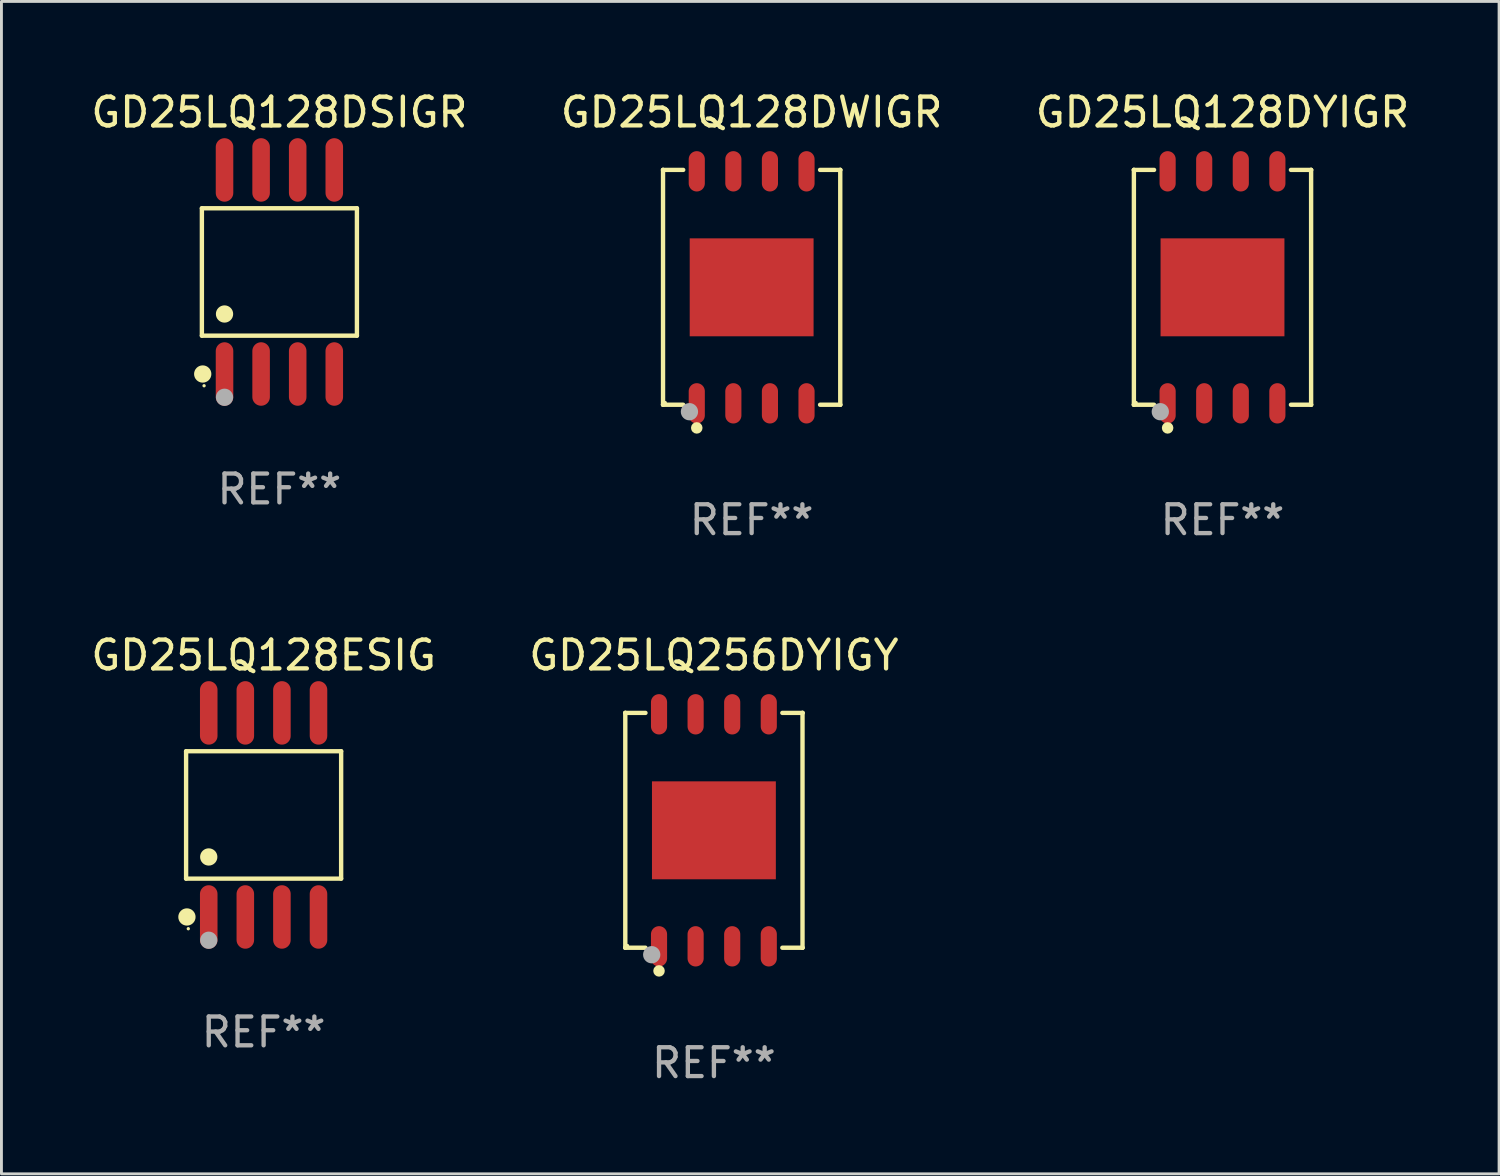
<source format=kicad_pcb>
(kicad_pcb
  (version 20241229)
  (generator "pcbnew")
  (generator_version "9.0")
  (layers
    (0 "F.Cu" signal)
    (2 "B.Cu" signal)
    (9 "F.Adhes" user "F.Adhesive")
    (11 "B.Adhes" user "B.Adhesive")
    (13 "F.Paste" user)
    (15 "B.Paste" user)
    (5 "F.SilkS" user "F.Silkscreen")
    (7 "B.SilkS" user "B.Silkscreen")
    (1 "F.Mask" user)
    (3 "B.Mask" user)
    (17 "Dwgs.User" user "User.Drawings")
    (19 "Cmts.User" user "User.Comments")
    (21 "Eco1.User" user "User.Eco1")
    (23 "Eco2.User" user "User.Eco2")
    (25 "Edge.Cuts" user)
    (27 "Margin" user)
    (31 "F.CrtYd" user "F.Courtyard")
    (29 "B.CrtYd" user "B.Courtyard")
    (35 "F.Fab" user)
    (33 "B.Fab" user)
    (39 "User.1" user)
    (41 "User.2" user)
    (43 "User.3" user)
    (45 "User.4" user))
  (footprint "GD25LQ128DSIGR"
    (layer "F.Cu")
    (at 6.649 6.391)
    (property "Reference" "GD25LQ128DSIGR" (at 0 -5.542 0) (layer "F.SilkS") (effects (font (size 1 1) (thickness 0.15))))
    (attr through_hole)
    (fp_line (start -2.691 -2.211) (end 2.691 -2.211) (stroke (width 0.152) (type solid)) (layer "F.SilkS"))
    (fp_line (start -2.691 2.211) (end -2.691 -2.211) (stroke (width 0.152) (type solid)) (layer "F.SilkS"))
    (fp_line (start 2.691 -2.211) (end 2.691 2.211) (stroke (width 0.152) (type solid)) (layer "F.SilkS"))
    (fp_line (start 2.691 2.211) (end -2.691 2.211) (stroke (width 0.152) (type solid)) (layer "F.SilkS"))
    (fp_circle (center -2.662 3.542) (end -2.512 3.542) (stroke (width 0.3) (type solid)) (fill no) (layer "F.SilkS"))
    (fp_circle (center -2.615 3.95) (end -2.585 3.95) (stroke (width 0.06) (type solid)) (fill no) (layer "F.SilkS"))
    (fp_circle (center -1.905 1.459) (end -1.755 1.459) (stroke (width 0.3) (type solid)) (fill no) (layer "F.SilkS"))
    (fp_circle (center -1.905 4.35) (end -1.755 4.35) (stroke (width 0.3) (type solid)) (fill no) (layer "F.Fab"))
    (fp_text user "REF**" (at 0 7.542 0) (layer "F.Fab") (effects (font (size 1 1) (thickness 0.15))))
    (pad "1" smd oval (at -1.905 3.542) (size 0.609 2.204) (layers "F.Cu" "F.Mask" "F.Paste"))
    (pad "2" smd oval (at -0.635 3.542) (size 0.609 2.204) (layers "F.Cu" "F.Mask" "F.Paste"))
    (pad "3" smd oval (at 0.635 3.542) (size 0.609 2.204) (layers "F.Cu" "F.Mask" "F.Paste"))
    (pad "4" smd oval (at 1.905 3.542) (size 0.609 2.204) (layers "F.Cu" "F.Mask" "F.Paste"))
    (pad "5" smd oval (at 1.905 -3.542) (size 0.609 2.204) (layers "F.Cu" "F.Mask" "F.Paste"))
    (pad "6" smd oval (at 0.635 -3.542) (size 0.609 2.204) (layers "F.Cu" "F.Mask" "F.Paste"))
    (pad "7" smd oval (at -0.635 -3.542) (size 0.609 2.204) (layers "F.Cu" "F.Mask" "F.Paste"))
    (pad "8" smd oval (at -1.905 -3.542) (size 0.609 2.204) (layers "F.Cu" "F.Mask" "F.Paste")))
  (footprint "GD25LQ128DWIGR"
    (layer "F.Cu")
    (at 23.042 6.924)
    (property "Reference" "GD25LQ128DWIGR" (at 0 -6.076 0) (layer "F.SilkS") (effects (font (size 1 1) (thickness 0.15))))
    (attr through_hole)
    (fp_line (start -3.076 -4.076) (end -3.076 -4.076) (stroke (width 0.152) (type solid)) (layer "F.SilkS"))
    (fp_line (start -3.076 -4.076) (end -2.376 -4.076) (stroke (width 0.152) (type solid)) (layer "F.SilkS"))
    (fp_line (start -3.076 4.076) (end -3.076 -4.076) (stroke (width 0.152) (type solid)) (layer "F.SilkS"))
    (fp_line (start -3.076 4.076) (end -3.076 4.076) (stroke (width 0.152) (type solid)) (layer "F.SilkS"))
    (fp_line (start -2.376 4.076) (end -3.076 4.076) (stroke (width 0.152) (type solid)) (layer "F.SilkS"))
    (fp_line (start 2.376 4.076) (end 3.076 4.076) (stroke (width 0.152) (type solid)) (layer "F.SilkS"))
    (fp_line (start 3.076 -4.076) (end 2.376 -4.076) (stroke (width 0.152) (type solid)) (layer "F.SilkS"))
    (fp_line (start 3.076 -4.076) (end 3.076 -4.076) (stroke (width 0.152) (type solid)) (layer "F.SilkS"))
    (fp_line (start 3.076 4.076) (end 3.076 -4.076) (stroke (width 0.152) (type solid)) (layer "F.SilkS"))
    (fp_line (start 3.076 4.076) (end 3.076 4.076) (stroke (width 0.152) (type solid)) (layer "F.SilkS"))
    (fp_circle (center -3 4) (end -2.97 4) (stroke (width 0.06) (type solid)) (fill no) (layer "F.SilkS"))
    (fp_circle (center -1.905 4.88) (end -1.805 4.88) (stroke (width 0.2) (type solid)) (fill no) (layer "F.SilkS"))
    (fp_circle (center -2.159 4.318) (end -2.009 4.318) (stroke (width 0.3) (type solid)) (fill no) (layer "F.Fab"))
    (fp_text user "REF**" (at 0 8.076 0) (layer "F.Fab") (effects (font (size 1 1) (thickness 0.15))))
    (pad "1" smd oval (at -1.905 4.027) (size 0.56 1.4) (layers "F.Cu" "F.Mask" "F.Paste"))
    (pad "2" smd oval (at -0.635 4.027) (size 0.56 1.4) (layers "F.Cu" "F.Mask" "F.Paste"))
    (pad "3" smd oval (at 0.635 4.027) (size 0.56 1.4) (layers "F.Cu" "F.Mask" "F.Paste"))
    (pad "4" smd oval (at 1.905 4.027) (size 0.56 1.4) (layers "F.Cu" "F.Mask" "F.Paste"))
    (pad "5" smd oval (at 1.905 -4.027) (size 0.56 1.4) (layers "F.Cu" "F.Mask" "F.Paste"))
    (pad "6" smd oval (at 0.635 -4.027) (size 0.56 1.4) (layers "F.Cu" "F.Mask" "F.Paste"))
    (pad "7" smd oval (at -0.635 -4.027) (size 0.56 1.4) (layers "F.Cu" "F.Mask" "F.Paste"))
    (pad "8" smd oval (at -1.905 -4.027) (size 0.56 1.4) (layers "F.Cu" "F.Mask" "F.Paste"))
    (pad "9" smd rect (at 0 0) (size 4.3 3.4) (layers "F.Cu" "F.Mask" "F.Paste")))
  (footprint "GD25LQ128DYIGR"
    (layer "F.Cu")
    (at 39.387 6.924)
    (property "Reference" "GD25LQ128DYIGR" (at 0 -6.076 0) (layer "F.SilkS") (effects (font (size 1 1) (thickness 0.15))))
    (attr through_hole)
    (fp_line (start -3.076 -4.076) (end -3.076 -4.076) (stroke (width 0.152) (type solid)) (layer "F.SilkS"))
    (fp_line (start -3.076 -4.076) (end -2.376 -4.076) (stroke (width 0.152) (type solid)) (layer "F.SilkS"))
    (fp_line (start -3.076 4.076) (end -3.076 -4.076) (stroke (width 0.152) (type solid)) (layer "F.SilkS"))
    (fp_line (start -3.076 4.076) (end -3.076 4.076) (stroke (width 0.152) (type solid)) (layer "F.SilkS"))
    (fp_line (start -2.376 4.076) (end -3.076 4.076) (stroke (width 0.152) (type solid)) (layer "F.SilkS"))
    (fp_line (start 2.376 4.076) (end 3.076 4.076) (stroke (width 0.152) (type solid)) (layer "F.SilkS"))
    (fp_line (start 3.076 -4.076) (end 2.376 -4.076) (stroke (width 0.152) (type solid)) (layer "F.SilkS"))
    (fp_line (start 3.076 -4.076) (end 3.076 -4.076) (stroke (width 0.152) (type solid)) (layer "F.SilkS"))
    (fp_line (start 3.076 4.076) (end 3.076 -4.076) (stroke (width 0.152) (type solid)) (layer "F.SilkS"))
    (fp_line (start 3.076 4.076) (end 3.076 4.076) (stroke (width 0.152) (type solid)) (layer "F.SilkS"))
    (fp_circle (center -3 4) (end -2.97 4) (stroke (width 0.06) (type solid)) (fill no) (layer "F.SilkS"))
    (fp_circle (center -1.905 4.88) (end -1.805 4.88) (stroke (width 0.2) (type solid)) (fill no) (layer "F.SilkS"))
    (fp_circle (center -2.159 4.318) (end -2.009 4.318) (stroke (width 0.3) (type solid)) (fill no) (layer "F.Fab"))
    (fp_text user "REF**" (at 0 8.076 0) (layer "F.Fab") (effects (font (size 1 1) (thickness 0.15))))
    (pad "1" smd oval (at -1.905 4.027) (size 0.56 1.4) (layers "F.Cu" "F.Mask" "F.Paste"))
    (pad "2" smd oval (at -0.635 4.027) (size 0.56 1.4) (layers "F.Cu" "F.Mask" "F.Paste"))
    (pad "3" smd oval (at 0.635 4.027) (size 0.56 1.4) (layers "F.Cu" "F.Mask" "F.Paste"))
    (pad "4" smd oval (at 1.905 4.027) (size 0.56 1.4) (layers "F.Cu" "F.Mask" "F.Paste"))
    (pad "5" smd oval (at 1.905 -4.027) (size 0.56 1.4) (layers "F.Cu" "F.Mask" "F.Paste"))
    (pad "6" smd oval (at 0.635 -4.027) (size 0.56 1.4) (layers "F.Cu" "F.Mask" "F.Paste"))
    (pad "7" smd oval (at -0.635 -4.027) (size 0.56 1.4) (layers "F.Cu" "F.Mask" "F.Paste"))
    (pad "8" smd oval (at -1.905 -4.027) (size 0.56 1.4) (layers "F.Cu" "F.Mask" "F.Paste"))
    (pad "9" smd rect (at 0 0) (size 4.3 3.4) (layers "F.Cu" "F.Mask" "F.Paste")))
  (footprint "GD25LQ128ESIG"
    (layer "F.Cu")
    (at 6.101 25.239)
    (property "Reference" "GD25LQ128ESIG" (at 0 -5.542 0) (layer "F.SilkS") (effects (font (size 1 1) (thickness 0.15))))
    (attr through_hole)
    (fp_line (start -2.691 -2.211) (end 2.691 -2.211) (stroke (width 0.152) (type solid)) (layer "F.SilkS"))
    (fp_line (start -2.691 2.211) (end -2.691 -2.211) (stroke (width 0.152) (type solid)) (layer "F.SilkS"))
    (fp_line (start 2.691 -2.211) (end 2.691 2.211) (stroke (width 0.152) (type solid)) (layer "F.SilkS"))
    (fp_line (start 2.691 2.211) (end -2.691 2.211) (stroke (width 0.152) (type solid)) (layer "F.SilkS"))
    (fp_circle (center -2.662 3.542) (end -2.512 3.542) (stroke (width 0.3) (type solid)) (fill no) (layer "F.SilkS"))
    (fp_circle (center -2.615 3.95) (end -2.585 3.95) (stroke (width 0.06) (type solid)) (fill no) (layer "F.SilkS"))
    (fp_circle (center -1.905 1.459) (end -1.755 1.459) (stroke (width 0.3) (type solid)) (fill no) (layer "F.SilkS"))
    (fp_circle (center -1.905 4.35) (end -1.755 4.35) (stroke (width 0.3) (type solid)) (fill no) (layer "F.Fab"))
    (fp_text user "REF**" (at 0 7.542 0) (layer "F.Fab") (effects (font (size 1 1) (thickness 0.15))))
    (pad "1" smd oval (at -1.905 3.542) (size 0.609 2.204) (layers "F.Cu" "F.Mask" "F.Paste"))
    (pad "2" smd oval (at -0.635 3.542) (size 0.609 2.204) (layers "F.Cu" "F.Mask" "F.Paste"))
    (pad "3" smd oval (at 0.635 3.542) (size 0.609 2.204) (layers "F.Cu" "F.Mask" "F.Paste"))
    (pad "4" smd oval (at 1.905 3.542) (size 0.609 2.204) (layers "F.Cu" "F.Mask" "F.Paste"))
    (pad "5" smd oval (at 1.905 -3.542) (size 0.609 2.204) (layers "F.Cu" "F.Mask" "F.Paste"))
    (pad "6" smd oval (at 0.635 -3.542) (size 0.609 2.204) (layers "F.Cu" "F.Mask" "F.Paste"))
    (pad "7" smd oval (at -0.635 -3.542) (size 0.609 2.204) (layers "F.Cu" "F.Mask" "F.Paste"))
    (pad "8" smd oval (at -1.905 -3.542) (size 0.609 2.204) (layers "F.Cu" "F.Mask" "F.Paste")))
  (footprint "GD25LQ256DYIGY"
    (layer "F.Cu")
    (at 21.732 25.773)
    (property "Reference" "GD25LQ256DYIGY" (at 0 -6.076 0) (layer "F.SilkS") (effects (font (size 1 1) (thickness 0.15))))
    (attr through_hole)
    (fp_line (start -3.076 -4.076) (end -3.076 -4.076) (stroke (width 0.152) (type solid)) (layer "F.SilkS"))
    (fp_line (start -3.076 -4.076) (end -2.376 -4.076) (stroke (width 0.152) (type solid)) (layer "F.SilkS"))
    (fp_line (start -3.076 4.076) (end -3.076 -4.076) (stroke (width 0.152) (type solid)) (layer "F.SilkS"))
    (fp_line (start -3.076 4.076) (end -3.076 4.076) (stroke (width 0.152) (type solid)) (layer "F.SilkS"))
    (fp_line (start -2.376 4.076) (end -3.076 4.076) (stroke (width 0.152) (type solid)) (layer "F.SilkS"))
    (fp_line (start 2.376 4.076) (end 3.076 4.076) (stroke (width 0.152) (type solid)) (layer "F.SilkS"))
    (fp_line (start 3.076 -4.076) (end 2.376 -4.076) (stroke (width 0.152) (type solid)) (layer "F.SilkS"))
    (fp_line (start 3.076 -4.076) (end 3.076 -4.076) (stroke (width 0.152) (type solid)) (layer "F.SilkS"))
    (fp_line (start 3.076 4.076) (end 3.076 -4.076) (stroke (width 0.152) (type solid)) (layer "F.SilkS"))
    (fp_line (start 3.076 4.076) (end 3.076 4.076) (stroke (width 0.152) (type solid)) (layer "F.SilkS"))
    (fp_circle (center -3 4) (end -2.97 4) (stroke (width 0.06) (type solid)) (fill no) (layer "F.SilkS"))
    (fp_circle (center -1.905 4.88) (end -1.805 4.88) (stroke (width 0.2) (type solid)) (fill no) (layer "F.SilkS"))
    (fp_circle (center -2.159 4.318) (end -2.009 4.318) (stroke (width 0.3) (type solid)) (fill no) (layer "F.Fab"))
    (fp_text user "REF**" (at 0 8.076 0) (layer "F.Fab") (effects (font (size 1 1) (thickness 0.15))))
    (pad "1" smd oval (at -1.905 4.027) (size 0.56 1.4) (layers "F.Cu" "F.Mask" "F.Paste"))
    (pad "2" smd oval (at -0.635 4.027) (size 0.56 1.4) (layers "F.Cu" "F.Mask" "F.Paste"))
    (pad "3" smd oval (at 0.635 4.027) (size 0.56 1.4) (layers "F.Cu" "F.Mask" "F.Paste"))
    (pad "4" smd oval (at 1.905 4.027) (size 0.56 1.4) (layers "F.Cu" "F.Mask" "F.Paste"))
    (pad "5" smd oval (at 1.905 -4.027) (size 0.56 1.4) (layers "F.Cu" "F.Mask" "F.Paste"))
    (pad "6" smd oval (at 0.635 -4.027) (size 0.56 1.4) (layers "F.Cu" "F.Mask" "F.Paste"))
    (pad "7" smd oval (at -0.635 -4.027) (size 0.56 1.4) (layers "F.Cu" "F.Mask" "F.Paste"))
    (pad "8" smd oval (at -1.905 -4.027) (size 0.56 1.4) (layers "F.Cu" "F.Mask" "F.Paste"))
    (pad "9" smd rect (at 0 0) (size 4.3 3.4) (layers "F.Cu" "F.Mask" "F.Paste")))
  (gr_rect
    (start -3 -3)
    (end 48.988 37.698)
    (stroke (width 0.1) (type default))
    (fill no)
    (layer "Edge.Cuts")))
</source>
